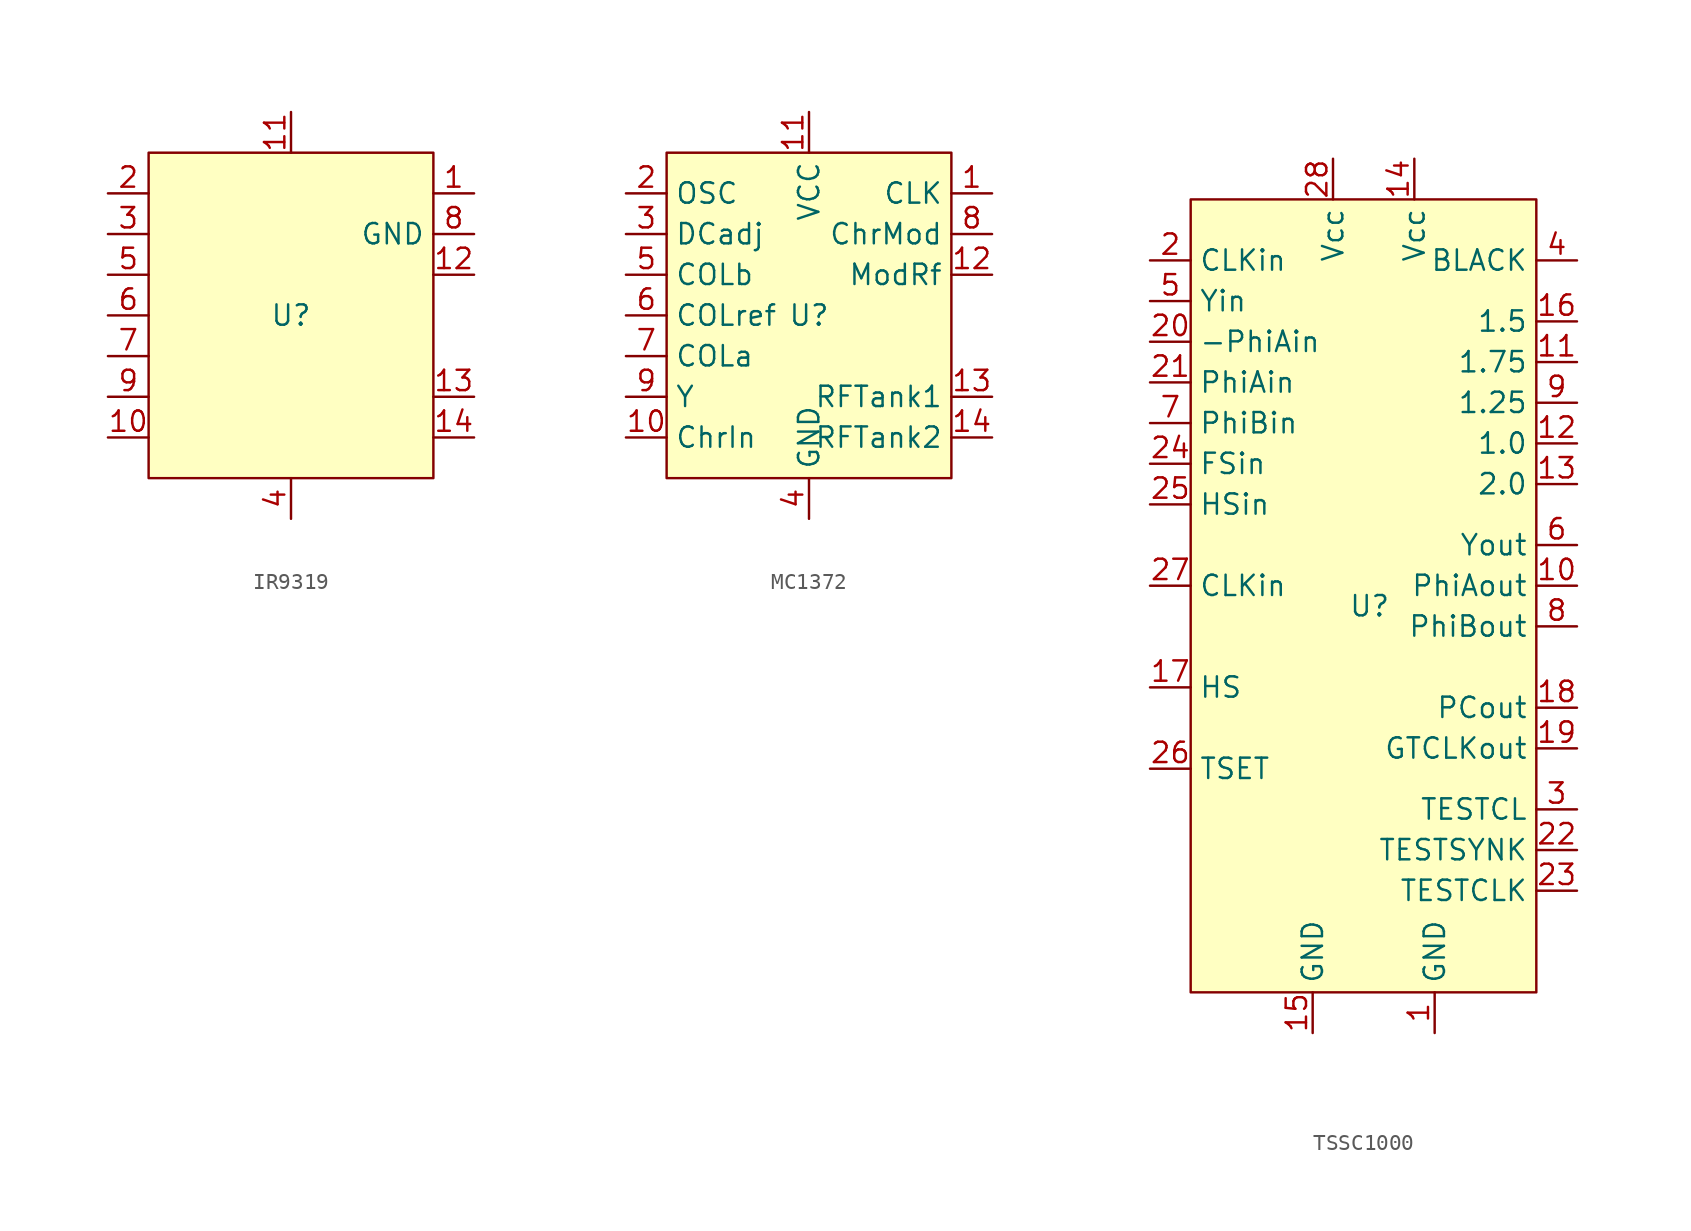
<source format=kicad_sym>
(kicad_symbol_lib
  (version 20231120)
  (generator "kicad_symbol_editor")
  (generator_version "8.0")
  (symbol "IR9319"
    (property "Reference" "U"
      (at 0 0 0)
      (effects (font (size 1.27 1.27))))
    (property "Value" ""
      (at 0 0 0)
      (effects (font (size 1.27 1.27))))
    (symbol "IR9319_0_1"
      (rectangle (start -8.89 10.16) (end 8.89 -10.16) (stroke (width 0) (type default)) (fill (type background))))
    (symbol "IR9319_1_1"
      (pin output line (at 11.43 7.62 180) (length 2.54) (name "" (effects (font (size 1.27 1.27)))) (number "1" (effects (font (size 1.27 1.27)))))
      (pin input line (at -11.43 -7.62 0) (length 2.54) (name "" (effects (font (size 1.27 1.27)))) (number "10" (effects (font (size 1.27 1.27)))))
      (pin passive line (at 0 12.7 270) (length 2.54) (name "" (effects (font (size 1.27 1.27)))) (number "11" (effects (font (size 1.27 1.27)))))
      (pin output line (at 11.43 2.54 180) (length 2.54) (name "" (effects (font (size 1.27 1.27)))) (number "12" (effects (font (size 1.27 1.27)))))
      (pin passive line (at 11.43 -5.08 180) (length 2.54) (name "" (effects (font (size 1.27 1.27)))) (number "13" (effects (font (size 1.27 1.27)))))
      (pin passive line (at 11.43 -7.62 180) (length 2.54) (name "" (effects (font (size 1.27 1.27)))) (number "14" (effects (font (size 1.27 1.27)))))
      (pin input line (at -11.43 7.62 0) (length 2.54) (name "" (effects (font (size 1.27 1.27)))) (number "2" (effects (font (size 1.27 1.27)))))
      (pin input line (at -11.43 5.08 0) (length 2.54) (name "" (effects (font (size 1.27 1.27)))) (number "3" (effects (font (size 1.27 1.27)))))
      (pin passive line (at 0 -12.7 90) (length 2.54) (name "" (effects (font (size 1.27 1.27)))) (number "4" (effects (font (size 1.27 1.27)))))
      (pin input line (at -11.43 2.54 0) (length 2.54) (name "" (effects (font (size 1.27 1.27)))) (number "5" (effects (font (size 1.27 1.27)))))
      (pin input line (at -11.43 0 0) (length 2.54) (name "" (effects (font (size 1.27 1.27)))) (number "6" (effects (font (size 1.27 1.27)))))
      (pin input line (at -11.43 -2.54 0) (length 2.54) (name "" (effects (font (size 1.27 1.27)))) (number "7" (effects (font (size 1.27 1.27)))))
      (pin passive line (at 11.43 5.08 180) (length 2.54) (name "GND" (effects (font (size 1.27 1.27)))) (number "8" (effects (font (size 1.27 1.27)))))
      (pin input line (at -11.43 -5.08 0) (length 2.54) (name "" (effects (font (size 1.27 1.27)))) (number "9" (effects (font (size 1.27 1.27)))))))
  (symbol "MC1372"
    (property "Reference" "U"
      (at 0 0 0)
      (effects (font (size 1.27 1.27))))
    (property "Value" ""
      (at 0 0 0)
      (effects (font (size 1.27 1.27))))
    (symbol "MC1372_0_1"
      (rectangle (start -8.89 10.16) (end 8.89 -10.16) (stroke (width 0) (type default)) (fill (type background))))
    (symbol "MC1372_1_1"
      (pin output line (at 11.43 7.62 180) (length 2.54) (name "CLK" (effects (font (size 1.27 1.27)))) (number "1" (effects (font (size 1.27 1.27)))))
      (pin input line (at -11.43 -7.62 0) (length 2.54) (name "ChrIn" (effects (font (size 1.27 1.27)))) (number "10" (effects (font (size 1.27 1.27)))))
      (pin passive line (at 0 12.7 270) (length 2.54) (name "VCC" (effects (font (size 1.27 1.27)))) (number "11" (effects (font (size 1.27 1.27)))))
      (pin output line (at 11.43 2.54 180) (length 2.54) (name "ModRf" (effects (font (size 1.27 1.27)))) (number "12" (effects (font (size 1.27 1.27)))))
      (pin passive line (at 11.43 -5.08 180) (length 2.54) (name "RFTank1" (effects (font (size 1.27 1.27)))) (number "13" (effects (font (size 1.27 1.27)))))
      (pin passive line (at 11.43 -7.62 180) (length 2.54) (name "RFTank2" (effects (font (size 1.27 1.27)))) (number "14" (effects (font (size 1.27 1.27)))))
      (pin input line (at -11.43 7.62 0) (length 2.54) (name "OSC" (effects (font (size 1.27 1.27)))) (number "2" (effects (font (size 1.27 1.27)))))
      (pin input line (at -11.43 5.08 0) (length 2.54) (name "DCadj" (effects (font (size 1.27 1.27)))) (number "3" (effects (font (size 1.27 1.27)))))
      (pin passive line (at 0 -12.7 90) (length 2.54) (name "GND" (effects (font (size 1.27 1.27)))) (number "4" (effects (font (size 1.27 1.27)))))
      (pin input line (at -11.43 2.54 0) (length 2.54) (name "COLb" (effects (font (size 1.27 1.27)))) (number "5" (effects (font (size 1.27 1.27)))))
      (pin input line (at -11.43 0 0) (length 2.54) (name "COLref" (effects (font (size 1.27 1.27)))) (number "6" (effects (font (size 1.27 1.27)))))
      (pin input line (at -11.43 -2.54 0) (length 2.54) (name "COLa" (effects (font (size 1.27 1.27)))) (number "7" (effects (font (size 1.27 1.27)))))
      (pin output line (at 11.43 5.08 180) (length 2.54) (name "ChrMod" (effects (font (size 1.27 1.27)))) (number "8" (effects (font (size 1.27 1.27)))))
      (pin input line (at -11.43 -5.08 0) (length 2.54) (name "Y" (effects (font (size 1.27 1.27)))) (number "9" (effects (font (size 1.27 1.27)))))))
  (symbol "TSSC1000"
    (property "Reference" "U"
      (at -0.254 0 0)
      (effects (font (size 1.27 1.27))))
    (property "Value" ""
      (at 10.16 2.54 0)
      (effects (font (size 1.27 1.27))))
    (symbol "TSSC1000_0_0"
      (pin passive line (at 3.81 -26.67 90) (length 2.54) (name "GND" (effects (font (size 1.27 1.27)))) (number "1" (effects (font (size 1.27 1.27)))))
      (pin output line (at 12.7 1.27 180) (length 2.54) (name "PhiAout" (effects (font (size 1.27 1.27)))) (number "10" (effects (font (size 1.27 1.27)))))
      (pin input line (at 12.7 10.16 180) (length 2.54) (name "1.0" (effects (font (size 1.27 1.27)))) (number "12" (effects (font (size 1.27 1.27)))))
      (pin input line (at 12.7 7.62 180) (length 2.54) (name "2.0" (effects (font (size 1.27 1.27)))) (number "13" (effects (font (size 1.27 1.27)))))
      (pin passive line (at 2.54 27.94 270) (length 2.54) (name "Vcc" (effects (font (size 1.27 1.27)))) (number "14" (effects (font (size 1.27 1.27)))))
      (pin passive line (at -3.81 -26.67 90) (length 2.54) (name "GND" (effects (font (size 1.27 1.27)))) (number "15" (effects (font (size 1.27 1.27)))))
      (pin input line (at 12.7 17.78 180) (length 2.54) (name "1.5" (effects (font (size 1.27 1.27)))) (number "16" (effects (font (size 1.27 1.27)))))
      (pin input line (at -13.97 -5.08 0) (length 2.54) (name "HS" (effects (font (size 1.27 1.27)))) (number "17" (effects (font (size 1.27 1.27)))))
      (pin output line (at 12.7 -6.35 180) (length 2.54) (name "PCout" (effects (font (size 1.27 1.27)))) (number "18" (effects (font (size 1.27 1.27)))))
      (pin output line (at 12.7 -8.89 180) (length 2.54) (name "GTCLKout" (effects (font (size 1.27 1.27)))) (number "19" (effects (font (size 1.27 1.27)))))
      (pin input line (at -13.97 21.59 0) (length 2.54) (name "CLKin" (effects (font (size 1.27 1.27)))) (number "2" (effects (font (size 1.27 1.27)))))
      (pin input line (at -13.97 16.51 0) (length 2.54) (name "-PhiAin" (effects (font (size 1.27 1.27)))) (number "20" (effects (font (size 1.27 1.27)))))
      (pin input line (at -13.97 13.97 0) (length 2.54) (name "PhiAin" (effects (font (size 1.27 1.27)))) (number "21" (effects (font (size 1.27 1.27)))))
      (pin passive line (at 12.7 -15.24 180) (length 2.54) (name "TESTSYNK" (effects (font (size 1.27 1.27)))) (number "22" (effects (font (size 1.27 1.27)))))
      (pin passive line (at 12.7 -17.78 180) (length 2.54) (name "TESTCLK" (effects (font (size 1.27 1.27)))) (number "23" (effects (font (size 1.27 1.27)))))
      (pin input line (at -13.97 8.89 0) (length 2.54) (name "FSin" (effects (font (size 1.27 1.27)))) (number "24" (effects (font (size 1.27 1.27)))))
      (pin input line (at -13.97 6.35 0) (length 2.54) (name "HSin" (effects (font (size 1.27 1.27)))) (number "25" (effects (font (size 1.27 1.27)))))
      (pin input line (at -13.97 -10.16 0) (length 2.54) (name "TSET" (effects (font (size 1.27 1.27)))) (number "26" (effects (font (size 1.27 1.27)))))
      (pin input line (at -13.97 1.27 0) (length 2.54) (name "CLKin" (effects (font (size 1.27 1.27)))) (number "27" (effects (font (size 1.27 1.27)))))
      (pin passive line (at -2.54 27.94 270) (length 2.54) (name "Vcc" (effects (font (size 1.27 1.27)))) (number "28" (effects (font (size 1.27 1.27)))))
      (pin passive line (at 12.7 -12.7 180) (length 2.54) (name "TESTCL" (effects (font (size 1.27 1.27)))) (number "3" (effects (font (size 1.27 1.27)))))
      (pin output line (at 12.7 21.59 180) (length 2.54) (name "BLACK" (effects (font (size 1.27 1.27)))) (number "4" (effects (font (size 1.27 1.27)))))
      (pin input line (at -13.97 19.05 0) (length 2.54) (name "Yin" (effects (font (size 1.27 1.27)))) (number "5" (effects (font (size 1.27 1.27)))))
      (pin output line (at 12.7 3.81 180) (length 2.54) (name "Yout" (effects (font (size 1.27 1.27)))) (number "6" (effects (font (size 1.27 1.27)))))
      (pin input line (at -13.97 11.43 0) (length 2.54) (name "PhiBin" (effects (font (size 1.27 1.27)))) (number "7" (effects (font (size 1.27 1.27)))))
      (pin output line (at 12.7 -1.27 180) (length 2.54) (name "PhiBout" (effects (font (size 1.27 1.27)))) (number "8" (effects (font (size 1.27 1.27)))))
      (pin input line (at 12.7 12.7 180) (length 2.54) (name "1.25" (effects (font (size 1.27 1.27)))) (number "9" (effects (font (size 1.27 1.27))))))
    (symbol "TSSC1000_1_0"
      (pin input line (at 12.7 15.24 180) (length 2.54) (name "1.75" (effects (font (size 1.27 1.27)))) (number "11" (effects (font (size 1.27 1.27))))))
    (symbol "TSSC1000_1_1"
      (rectangle (start -11.43 25.4) (end 10.16 -24.13) (stroke (width 0) (type default)) (fill (type background))))))
</source>
